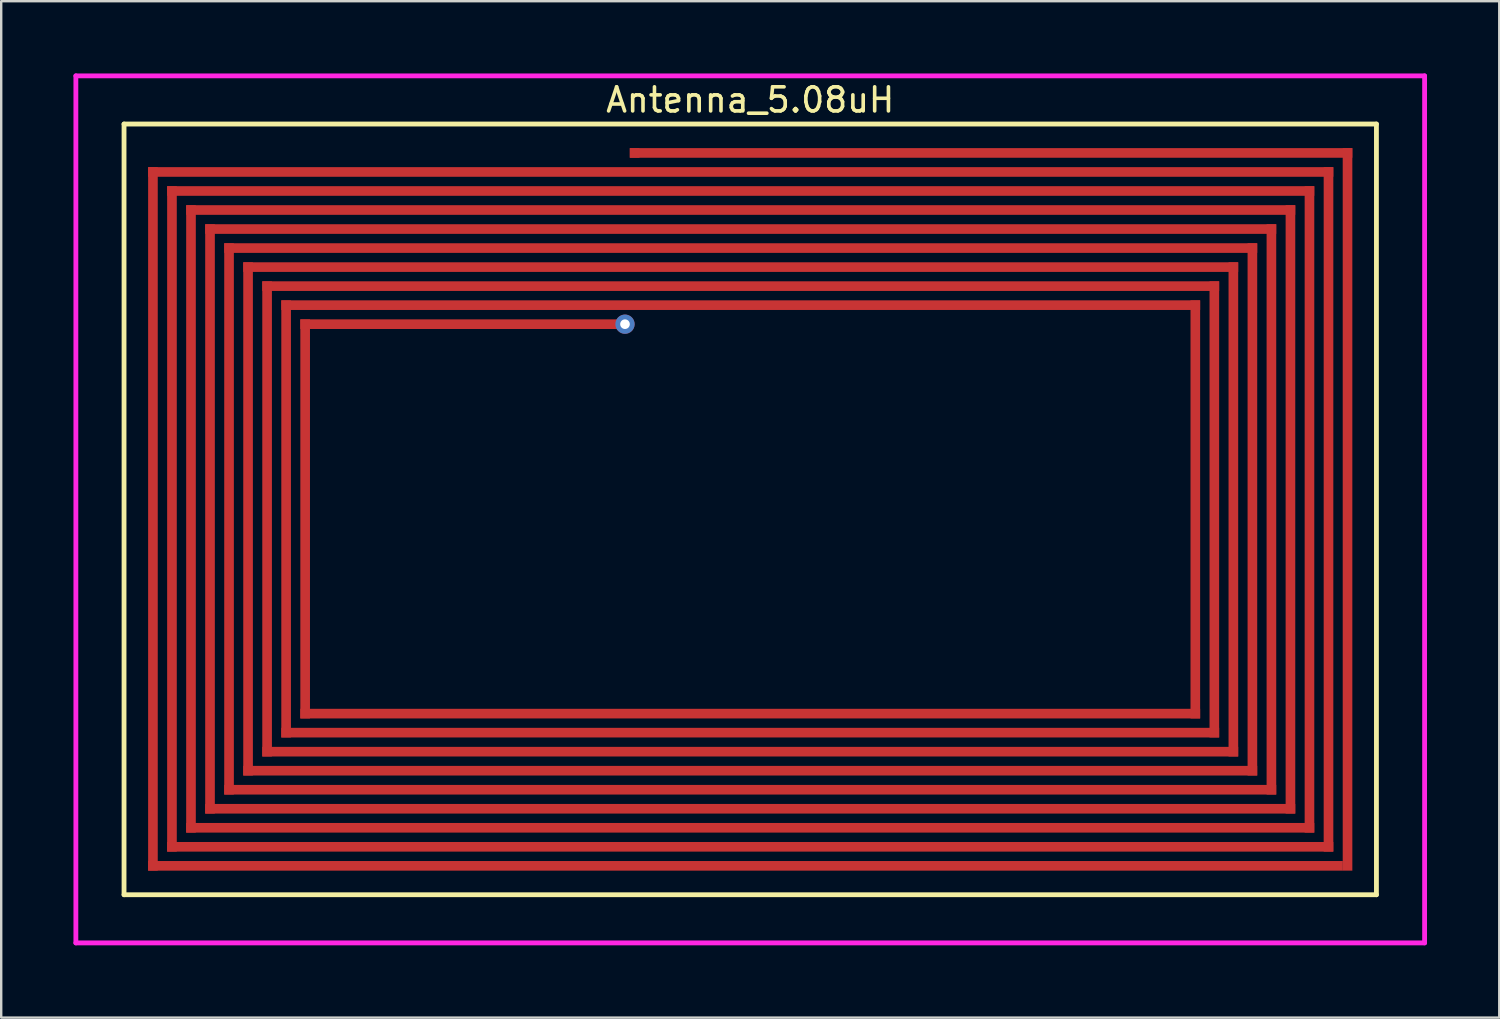
<source format=kicad_pcb>
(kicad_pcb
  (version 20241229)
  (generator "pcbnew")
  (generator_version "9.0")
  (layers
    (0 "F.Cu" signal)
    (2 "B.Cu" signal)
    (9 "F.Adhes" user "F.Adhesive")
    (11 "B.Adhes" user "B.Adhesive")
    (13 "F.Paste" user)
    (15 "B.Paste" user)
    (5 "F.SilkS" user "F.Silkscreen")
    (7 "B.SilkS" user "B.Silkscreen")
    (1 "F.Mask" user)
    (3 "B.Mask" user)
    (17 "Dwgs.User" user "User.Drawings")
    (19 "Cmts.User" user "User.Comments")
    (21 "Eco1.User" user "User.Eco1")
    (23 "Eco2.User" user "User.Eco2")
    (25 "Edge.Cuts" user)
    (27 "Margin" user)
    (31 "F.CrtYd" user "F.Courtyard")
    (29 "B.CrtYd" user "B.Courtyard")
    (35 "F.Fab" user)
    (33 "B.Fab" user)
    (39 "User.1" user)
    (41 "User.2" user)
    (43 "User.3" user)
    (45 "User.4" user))
  (footprint "Antenna_5.08uH"
    (layer "F.Cu")
    (at 28.1 18.1)
    (property "Reference" "Antenna_5.08uH" (at 0 -17 0) (layer "F.SilkS") (effects (font (size 1 1) (thickness 0.15))))
    (attr through_hole)
    (fp_poly (pts (xy -25 -14.21) (xy 24.21 -14.21) (xy 24.21 -13.81) (xy -25 -13.81)) (stroke (width 0) (type solid)) (fill yes) (layer "F.Cu"))
    (fp_poly (pts (xy -25 15) (xy -25 -14.21) (xy -24.6 -14.21) (xy -24.6 15)) (stroke (width 0) (type solid)) (fill yes) (layer "F.Cu"))
    (fp_poly (pts (xy -25 15) (xy 24.605 15) (xy 24.605 14.6) (xy -25 14.6)) (stroke (width 0) (type solid)) (fill yes) (layer "F.Cu"))
    (fp_poly (pts (xy -24.21 -13.42) (xy 23.42 -13.42) (xy 23.42 -13.02) (xy -24.21 -13.02)) (stroke (width 0) (type solid)) (fill yes) (layer "F.Cu"))
    (fp_poly (pts (xy -24.21 14.21) (xy -24.21 -13.42) (xy -23.81 -13.42) (xy -23.81 14.21)) (stroke (width 0) (type solid)) (fill yes) (layer "F.Cu"))
    (fp_poly (pts (xy -24.21 14.21) (xy 24.21 14.21) (xy 24.21 13.81) (xy -24.21 13.81)) (stroke (width 0) (type solid)) (fill yes) (layer "F.Cu"))
    (fp_poly (pts (xy -23.42 -12.63) (xy 22.63 -12.63) (xy 22.63 -12.23) (xy -23.42 -12.23)) (stroke (width 0) (type solid)) (fill yes) (layer "F.Cu"))
    (fp_poly (pts (xy -23.42 13.42) (xy -23.42 -12.63) (xy -23.02 -12.63) (xy -23.02 13.42)) (stroke (width 0) (type solid)) (fill yes) (layer "F.Cu"))
    (fp_poly (pts (xy -23.42 13.42) (xy 23.42 13.42) (xy 23.42 13.02) (xy -23.42 13.02)) (stroke (width 0) (type solid)) (fill yes) (layer "F.Cu"))
    (fp_poly (pts (xy -22.63 -11.84) (xy 21.84 -11.84) (xy 21.84 -11.44) (xy -22.63 -11.44)) (stroke (width 0) (type solid)) (fill yes) (layer "F.Cu"))
    (fp_poly (pts (xy -22.63 12.63) (xy -22.63 -11.84) (xy -22.23 -11.84) (xy -22.23 12.63)) (stroke (width 0) (type solid)) (fill yes) (layer "F.Cu"))
    (fp_poly (pts (xy -22.63 12.63) (xy 22.63 12.63) (xy 22.63 12.23) (xy -22.63 12.23)) (stroke (width 0) (type solid)) (fill yes) (layer "F.Cu"))
    (fp_poly (pts (xy -21.84 -11.05) (xy 21.05 -11.05) (xy 21.05 -10.65) (xy -21.84 -10.65)) (stroke (width 0) (type solid)) (fill yes) (layer "F.Cu"))
    (fp_poly (pts (xy -21.84 11.84) (xy -21.84 -11.05) (xy -21.44 -11.05) (xy -21.44 11.84)) (stroke (width 0) (type solid)) (fill yes) (layer "F.Cu"))
    (fp_poly (pts (xy -21.84 11.84) (xy 21.84 11.84) (xy 21.84 11.44) (xy -21.84 11.44)) (stroke (width 0) (type solid)) (fill yes) (layer "F.Cu"))
    (fp_poly (pts (xy -21.05 -10.26) (xy 20.26 -10.26) (xy 20.26 -9.86) (xy -21.05 -9.86)) (stroke (width 0) (type solid)) (fill yes) (layer "F.Cu"))
    (fp_poly (pts (xy -21.05 11.05) (xy -21.05 -10.26) (xy -20.65 -10.26) (xy -20.65 11.05)) (stroke (width 0) (type solid)) (fill yes) (layer "F.Cu"))
    (fp_poly (pts (xy -21.05 11.05) (xy 21.05 11.05) (xy 21.05 10.65) (xy -21.05 10.65)) (stroke (width 0) (type solid)) (fill yes) (layer "F.Cu"))
    (fp_poly (pts (xy -20.26 -9.47) (xy 19.47 -9.47) (xy 19.47 -9.07) (xy -20.26 -9.07)) (stroke (width 0) (type solid)) (fill yes) (layer "F.Cu"))
    (fp_poly (pts (xy -20.26 10.26) (xy -20.26 -9.47) (xy -19.86 -9.47) (xy -19.86 10.26)) (stroke (width 0) (type solid)) (fill yes) (layer "F.Cu"))
    (fp_poly (pts (xy -20.26 10.26) (xy 20.26 10.26) (xy 20.26 9.86) (xy -20.26 9.86)) (stroke (width 0) (type solid)) (fill yes) (layer "F.Cu"))
    (fp_poly (pts (xy -19.47 -8.68) (xy 18.68 -8.68) (xy 18.68 -8.28) (xy -19.47 -8.28)) (stroke (width 0) (type solid)) (fill yes) (layer "F.Cu"))
    (fp_poly (pts (xy -19.47 9.47) (xy -19.47 -8.68) (xy -19.07 -8.68) (xy -19.07 9.47)) (stroke (width 0) (type solid)) (fill yes) (layer "F.Cu"))
    (fp_poly (pts (xy -19.47 9.47) (xy 19.47 9.47) (xy 19.47 9.07) (xy -19.47 9.07)) (stroke (width 0) (type solid)) (fill yes) (layer "F.Cu"))
    (fp_poly (pts (xy -18.68 -7.89) (xy -5 -7.89) (xy -5 -7.49) (xy -18.68 -7.49)) (stroke (width 0) (type solid)) (fill yes) (layer "F.Cu"))
    (fp_poly (pts (xy -18.68 8.68) (xy -18.68 -7.89) (xy -18.28 -7.89) (xy -18.28 8.68)) (stroke (width 0) (type solid)) (fill yes) (layer "F.Cu"))
    (fp_poly (pts (xy -18.68 8.68) (xy 18.68 8.68) (xy 18.68 8.28) (xy -18.68 8.28)) (stroke (width 0) (type solid)) (fill yes) (layer "F.Cu"))
    (fp_poly (pts (xy -5 -15) (xy 25 -15) (xy 25 -14.6) (xy -5 -14.6)) (stroke (width 0) (type solid)) (fill yes) (layer "F.Cu"))
    (fp_poly (pts (xy 18.68 -8.68) (xy 18.68 8.68) (xy 18.28 8.68) (xy 18.28 -8.68)) (stroke (width 0) (type solid)) (fill yes) (layer "F.Cu"))
    (fp_poly (pts (xy 19.47 -9.47) (xy 19.47 9.47) (xy 19.07 9.47) (xy 19.07 -9.47)) (stroke (width 0) (type solid)) (fill yes) (layer "F.Cu"))
    (fp_poly (pts (xy 20.26 -10.26) (xy 20.26 10.26) (xy 19.86 10.26) (xy 19.86 -10.26)) (stroke (width 0) (type solid)) (fill yes) (layer "F.Cu"))
    (fp_poly (pts (xy 21.05 -11.05) (xy 21.05 11.05) (xy 20.65 11.05) (xy 20.65 -11.05)) (stroke (width 0) (type solid)) (fill yes) (layer "F.Cu"))
    (fp_poly (pts (xy 21.84 -11.84) (xy 21.84 11.84) (xy 21.44 11.84) (xy 21.44 -11.84)) (stroke (width 0) (type solid)) (fill yes) (layer "F.Cu"))
    (fp_poly (pts (xy 22.63 -12.63) (xy 22.63 12.63) (xy 22.23 12.63) (xy 22.23 -12.63)) (stroke (width 0) (type solid)) (fill yes) (layer "F.Cu"))
    (fp_poly (pts (xy 23.42 -13.42) (xy 23.42 13.42) (xy 23.02 13.42) (xy 23.02 -13.42)) (stroke (width 0) (type solid)) (fill yes) (layer "F.Cu"))
    (fp_poly (pts (xy 24.21 -14.21) (xy 24.21 14.21) (xy 23.81 14.21) (xy 23.81 -14.21)) (stroke (width 0) (type solid)) (fill yes) (layer "F.Cu"))
    (fp_poly (pts (xy 25 -15) (xy 25 15) (xy 24.6 15) (xy 24.6 -15)) (stroke (width 0) (type solid)) (fill yes) (layer "F.Cu"))
    (fp_line (start -26 -16) (end -26 16) (stroke (width 0.2) (type solid)) (layer "F.SilkS"))
    (fp_line (start -26 -16) (end 26 -16) (stroke (width 0.2) (type solid)) (layer "F.SilkS"))
    (fp_line (start -26 16) (end 26 16) (stroke (width 0.2) (type solid)) (layer "F.SilkS"))
    (fp_line (start 26 -16) (end 26 16) (stroke (width 0.2) (type solid)) (layer "F.SilkS"))
    (fp_line (start -28 -18) (end -28 18) (stroke (width 0.2) (type solid)) (layer "F.CrtYd"))
    (fp_line (start -28 -18) (end 28 -18) (stroke (width 0.2) (type solid)) (layer "F.CrtYd"))
    (fp_line (start -28 18) (end 28 18) (stroke (width 0.2) (type solid)) (layer "F.CrtYd"))
    (fp_line (start 28 -18) (end 28 18) (stroke (width 0.2) (type solid)) (layer "F.CrtYd"))
    (pad "1" smd rect (at -4.8 -14.8) (size 0.4 0.4) (layers "F.Cu"))
    (pad "2" thru_hole circle (at -5.2 -7.69) (size 0.8 0.8) (drill 0.4) (layers "*.Cu")))
  (gr_rect
    (start -3 -3)
    (end 59.2 39.2)
    (stroke (width 0.1) (type default))
    (fill no)
    (layer "Edge.Cuts")))
</source>
